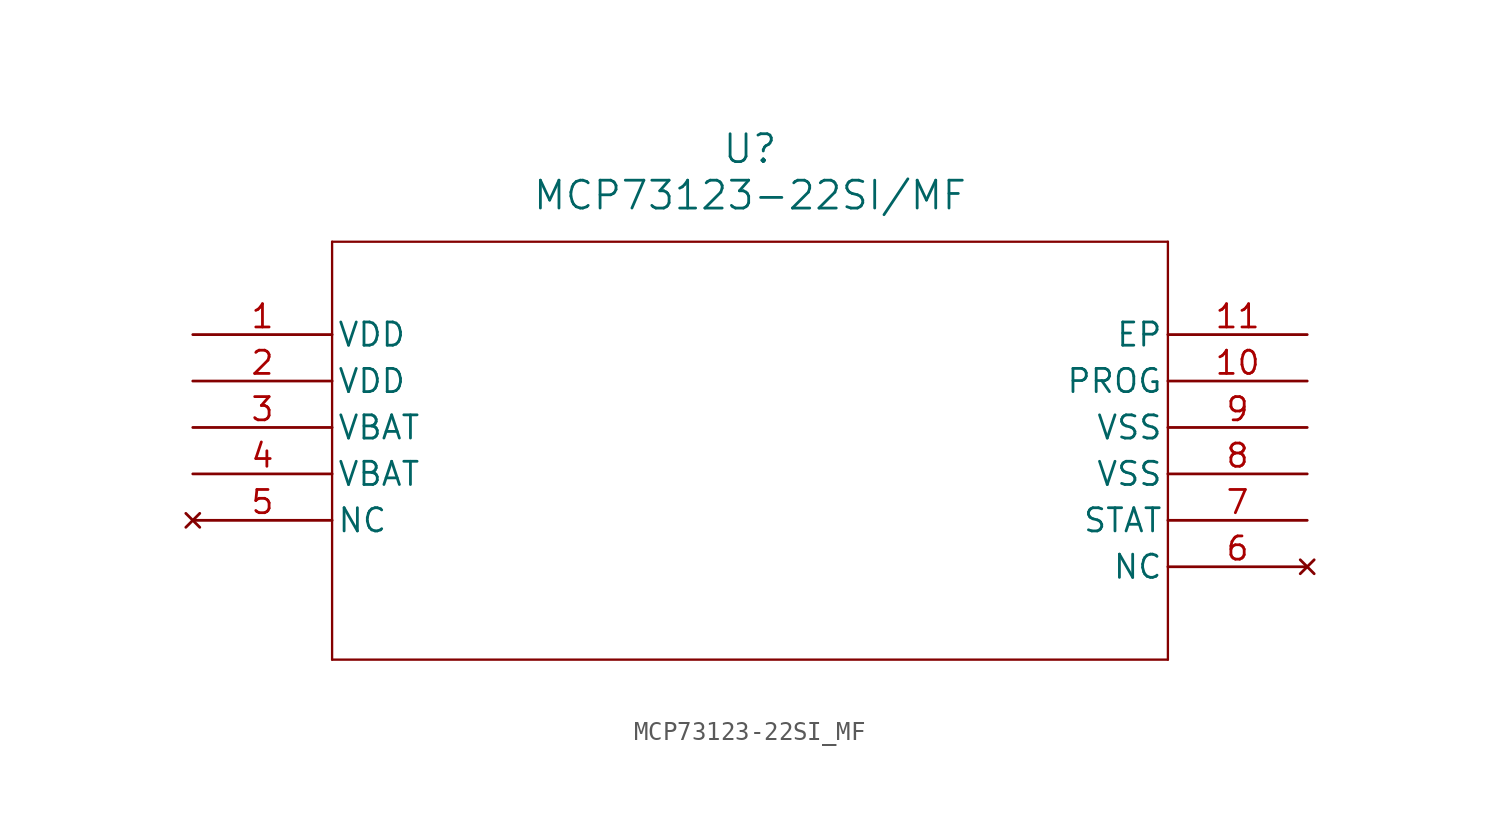
<source format=kicad_sym>
(kicad_symbol_lib
  (version 20211014)
  (generator kicad_symbol_editor)
  (symbol "MCP73123-22SI_MF"
    (pin_names
      (offset 0.254))
    (property "Reference" "U"
      (at 30.48 10.16 0)
      (effects (font (size 1.524 1.524))))
    (property "Value" "MCP73123-22SI/MF"
      (at 30.48 7.62 0)
      (effects (font (size 1.524 1.524))))
    (symbol "MCP73123-22SI_MF_0_1"
      (polyline (pts (xy 7.62 5.08) (xy 7.62 -17.78)) (stroke (width 0.127) (type default) (color 0 0 0 0)) (fill (type none)))
      (polyline (pts (xy 7.62 -17.78) (xy 53.34 -17.78)) (stroke (width 0.127) (type default) (color 0 0 0 0)) (fill (type none)))
      (polyline (pts (xy 53.34 -17.78) (xy 53.34 5.08)) (stroke (width 0.127) (type default) (color 0 0 0 0)) (fill (type none)))
      (polyline (pts (xy 53.34 5.08) (xy 7.62 5.08)) (stroke (width 0.127) (type default) (color 0 0 0 0)) (fill (type none)))
      (pin power_in line (at 0 0 0) (length 7.62) (name "VDD" (effects (font (size 1.27 1.27)))) (number "1" (effects (font (size 1.27 1.27)))))
      (pin power_in line (at 0 -2.54 0) (length 7.62) (name "VDD" (effects (font (size 1.27 1.27)))) (number "2" (effects (font (size 1.27 1.27)))))
      (pin power_in line (at 0 -5.08 0) (length 7.62) (name "VBAT" (effects (font (size 1.27 1.27)))) (number "3" (effects (font (size 1.27 1.27)))))
      (pin power_in line (at 0 -7.62 0) (length 7.62) (name "VBAT" (effects (font (size 1.27 1.27)))) (number "4" (effects (font (size 1.27 1.27)))))
      (pin no_connect line (at 0 -10.16 0) (length 7.62) (name "NC" (effects (font (size 1.27 1.27)))) (number "5" (effects (font (size 1.27 1.27)))))
      (pin no_connect line (at 60.96 -12.7 180) (length 7.62) (name "NC" (effects (font (size 1.27 1.27)))) (number "6" (effects (font (size 1.27 1.27)))))
      (pin output line (at 60.96 -10.16 180) (length 7.62) (name "STAT" (effects (font (size 1.27 1.27)))) (number "7" (effects (font (size 1.27 1.27)))))
      (pin power_in line (at 60.96 -7.62 180) (length 7.62) (name "VSS" (effects (font (size 1.27 1.27)))) (number "8" (effects (font (size 1.27 1.27)))))
      (pin power_in line (at 60.96 -5.08 180) (length 7.62) (name "VSS" (effects (font (size 1.27 1.27)))) (number "9" (effects (font (size 1.27 1.27)))))
      (pin unspecified line (at 60.96 -2.54 180) (length 7.62) (name "PROG" (effects (font (size 1.27 1.27)))) (number "10" (effects (font (size 1.27 1.27)))))
      (pin unspecified line (at 60.96 0 180) (length 7.62) (name "EP" (effects (font (size 1.27 1.27)))) (number "11" (effects (font (size 1.27 1.27))))))))
</source>
